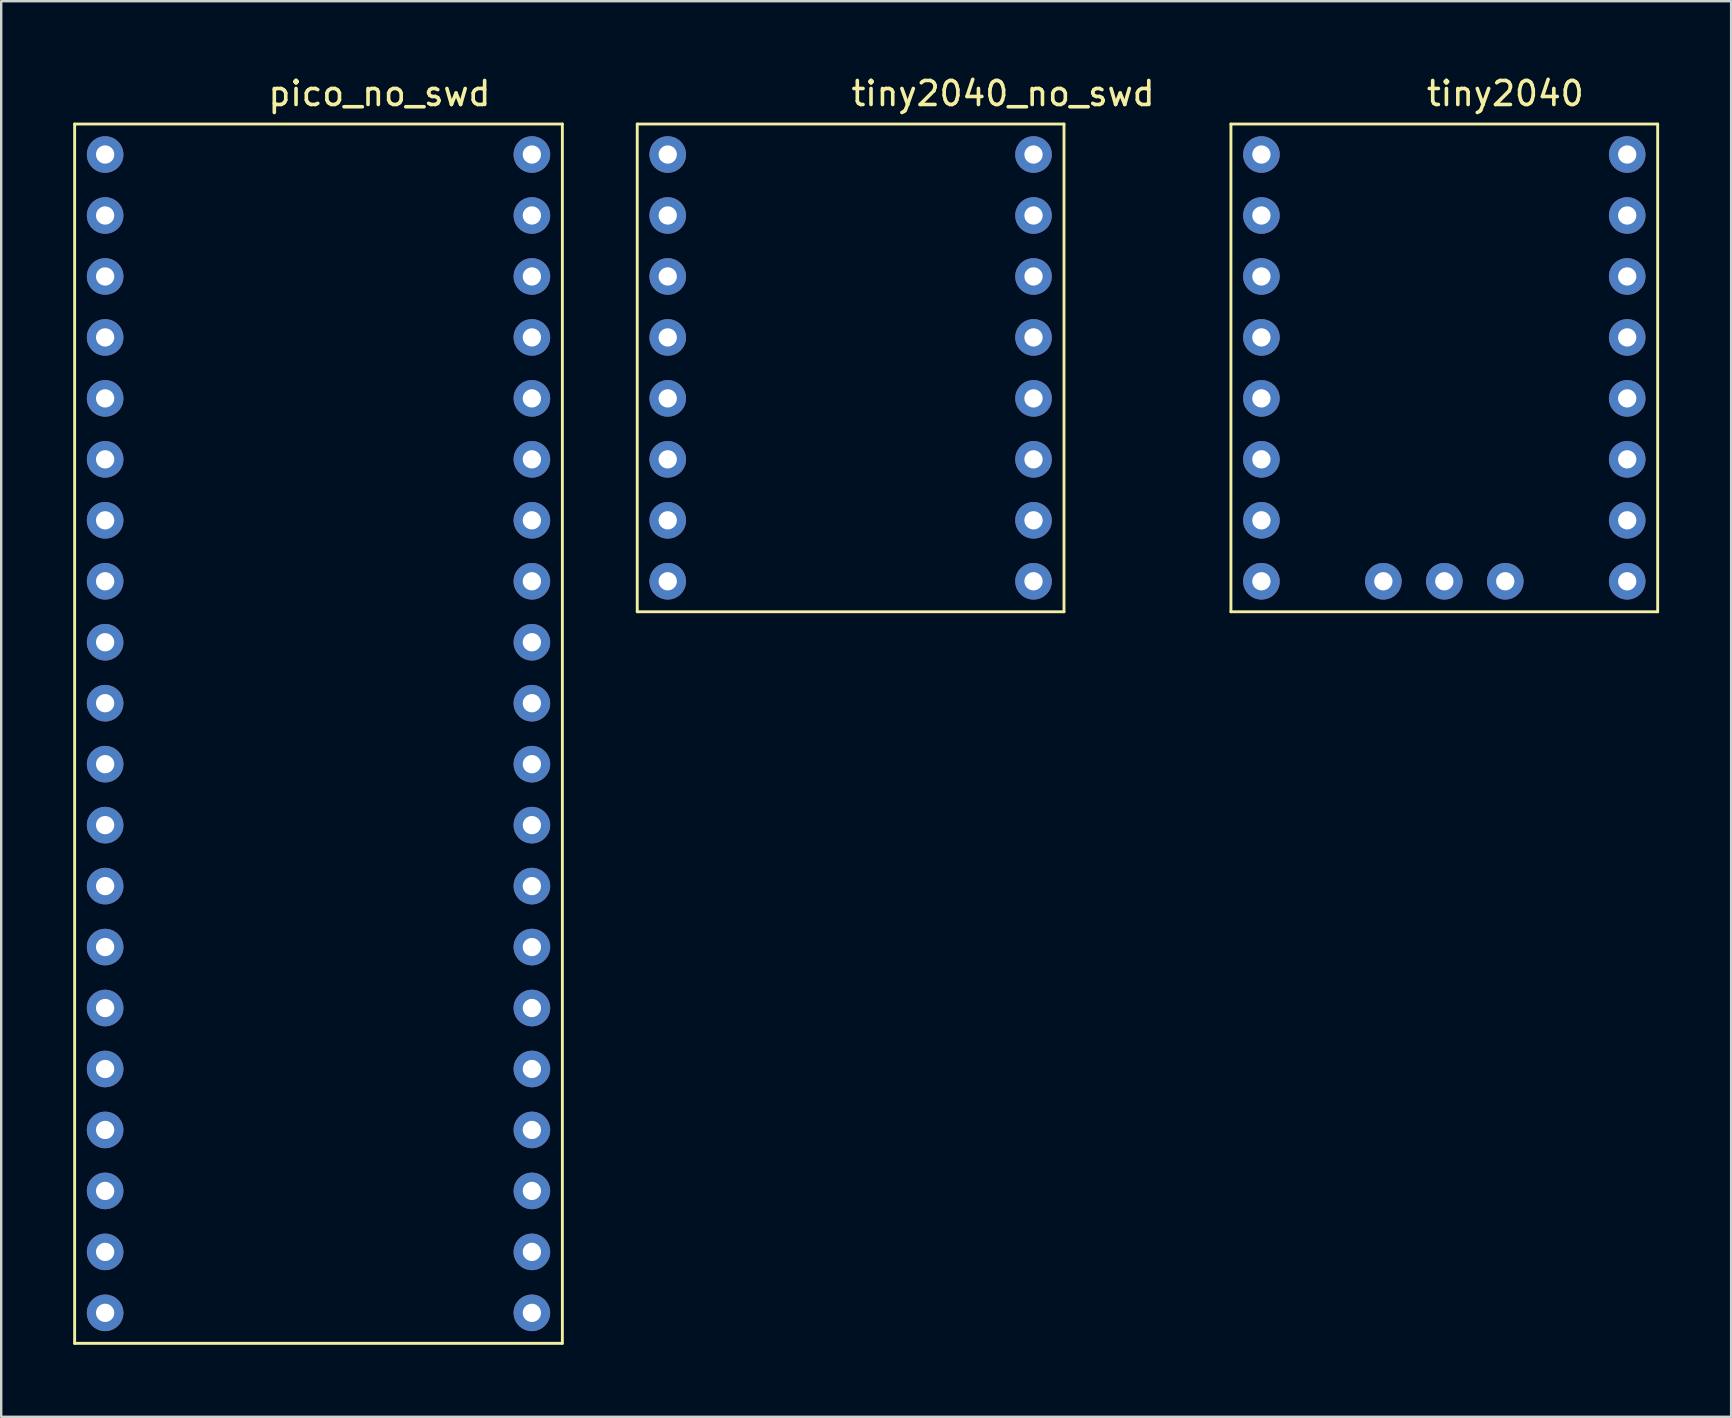
<source format=kicad_pcb>
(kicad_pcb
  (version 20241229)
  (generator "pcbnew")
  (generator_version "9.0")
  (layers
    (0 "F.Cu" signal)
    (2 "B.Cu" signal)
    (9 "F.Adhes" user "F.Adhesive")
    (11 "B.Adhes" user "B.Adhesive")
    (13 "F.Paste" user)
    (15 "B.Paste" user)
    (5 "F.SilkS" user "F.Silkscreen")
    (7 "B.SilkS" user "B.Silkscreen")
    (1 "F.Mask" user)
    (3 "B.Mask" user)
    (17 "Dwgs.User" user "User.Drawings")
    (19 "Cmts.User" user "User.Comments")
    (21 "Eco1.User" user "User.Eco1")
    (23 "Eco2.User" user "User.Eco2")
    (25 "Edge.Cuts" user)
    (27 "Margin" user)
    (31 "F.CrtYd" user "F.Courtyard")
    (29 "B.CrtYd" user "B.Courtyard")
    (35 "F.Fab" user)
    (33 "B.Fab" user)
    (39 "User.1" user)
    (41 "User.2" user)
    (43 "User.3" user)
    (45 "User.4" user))
  (footprint "pico_no_swd"
    (layer "F.Cu")
    (at 10.22 27.518)
    (property "Reference" "pico_no_swd" (at 2.54 -26.67 0) (layer "F.SilkS") (effects (font (size 1 1) (thickness 0.15))))
    (attr through_hole)
    (fp_line (start -10.16 -25.4) (end 10.16 -25.4) (stroke (width 0.12) (type solid)) (layer "F.SilkS"))
    (fp_line (start -10.16 25.4) (end -10.16 -25.4) (stroke (width 0.12) (type solid)) (layer "F.SilkS"))
    (fp_line (start 10.16 -25.4) (end 10.16 25.4) (stroke (width 0.12) (type solid)) (layer "F.SilkS"))
    (fp_line (start 10.16 25.4) (end -10.16 25.4) (stroke (width 0.12) (type solid)) (layer "F.SilkS"))
    (pad "1" thru_hole circle (at -8.89 -24.13) (size 1.524 1.524) (drill 0.762) (layers "*.Cu" "*.Mask"))
    (pad "2" thru_hole circle (at -8.89 -21.59) (size 1.524 1.524) (drill 0.762) (layers "*.Cu" "*.Mask"))
    (pad "3" thru_hole circle (at -8.89 -19.05) (size 1.524 1.524) (drill 0.762) (layers "*.Cu" "*.Mask"))
    (pad "4" thru_hole circle (at -8.89 -16.51) (size 1.524 1.524) (drill 0.762) (layers "*.Cu" "*.Mask"))
    (pad "5" thru_hole circle (at -8.89 -13.97) (size 1.524 1.524) (drill 0.762) (layers "*.Cu" "*.Mask"))
    (pad "6" thru_hole circle (at -8.89 -11.43) (size 1.524 1.524) (drill 0.762) (layers "*.Cu" "*.Mask"))
    (pad "7" thru_hole circle (at -8.89 -8.89) (size 1.524 1.524) (drill 0.762) (layers "*.Cu" "*.Mask"))
    (pad "8" thru_hole circle (at -8.89 -6.35) (size 1.524 1.524) (drill 0.762) (layers "*.Cu" "*.Mask"))
    (pad "9" thru_hole circle (at -8.89 -3.81) (size 1.524 1.524) (drill 0.762) (layers "*.Cu" "*.Mask"))
    (pad "10" thru_hole circle (at -8.89 -1.27) (size 1.524 1.524) (drill 0.762) (layers "*.Cu" "*.Mask"))
    (pad "11" thru_hole circle (at -8.89 1.27) (size 1.524 1.524) (drill 0.762) (layers "*.Cu" "*.Mask"))
    (pad "12" thru_hole circle (at -8.89 3.81) (size 1.524 1.524) (drill 0.762) (layers "*.Cu" "*.Mask"))
    (pad "13" thru_hole circle (at -8.89 6.35) (size 1.524 1.524) (drill 0.762) (layers "*.Cu" "*.Mask"))
    (pad "14" thru_hole circle (at -8.89 8.89) (size 1.524 1.524) (drill 0.762) (layers "*.Cu" "*.Mask"))
    (pad "15" thru_hole circle (at -8.89 11.43) (size 1.524 1.524) (drill 0.762) (layers "*.Cu" "*.Mask"))
    (pad "16" thru_hole circle (at -8.89 13.97) (size 1.524 1.524) (drill 0.762) (layers "*.Cu" "*.Mask"))
    (pad "17" thru_hole circle (at -8.89 16.51) (size 1.524 1.524) (drill 0.762) (layers "*.Cu" "*.Mask"))
    (pad "18" thru_hole circle (at -8.89 19.05) (size 1.524 1.524) (drill 0.762) (layers "*.Cu" "*.Mask"))
    (pad "19" thru_hole circle (at -8.89 21.59) (size 1.524 1.524) (drill 0.762) (layers "*.Cu" "*.Mask"))
    (pad "20" thru_hole circle (at -8.89 24.13) (size 1.524 1.524) (drill 0.762) (layers "*.Cu" "*.Mask"))
    (pad "21" thru_hole circle (at 8.89 24.13) (size 1.524 1.524) (drill 0.762) (layers "*.Cu" "*.Mask"))
    (pad "22" thru_hole circle (at 8.89 21.59) (size 1.524 1.524) (drill 0.762) (layers "*.Cu" "*.Mask"))
    (pad "23" thru_hole circle (at 8.89 19.05) (size 1.524 1.524) (drill 0.762) (layers "*.Cu" "*.Mask"))
    (pad "24" thru_hole circle (at 8.89 16.51) (size 1.524 1.524) (drill 0.762) (layers "*.Cu" "*.Mask"))
    (pad "25" thru_hole circle (at 8.89 13.97) (size 1.524 1.524) (drill 0.762) (layers "*.Cu" "*.Mask"))
    (pad "26" thru_hole circle (at 8.89 11.43) (size 1.524 1.524) (drill 0.762) (layers "*.Cu" "*.Mask"))
    (pad "27" thru_hole circle (at 8.89 8.89) (size 1.524 1.524) (drill 0.762) (layers "*.Cu" "*.Mask"))
    (pad "28" thru_hole circle (at 8.89 6.35) (size 1.524 1.524) (drill 0.762) (layers "*.Cu" "*.Mask"))
    (pad "29" thru_hole circle (at 8.89 3.81) (size 1.524 1.524) (drill 0.762) (layers "*.Cu" "*.Mask"))
    (pad "30" thru_hole circle (at 8.89 1.27) (size 1.524 1.524) (drill 0.762) (layers "*.Cu" "*.Mask"))
    (pad "31" thru_hole circle (at 8.89 -1.27) (size 1.524 1.524) (drill 0.762) (layers "*.Cu" "*.Mask"))
    (pad "32" thru_hole circle (at 8.89 -3.81) (size 1.524 1.524) (drill 0.762) (layers "*.Cu" "*.Mask"))
    (pad "33" thru_hole circle (at 8.89 -6.35) (size 1.524 1.524) (drill 0.762) (layers "*.Cu" "*.Mask"))
    (pad "34" thru_hole circle (at 8.89 -8.89) (size 1.524 1.524) (drill 0.762) (layers "*.Cu" "*.Mask"))
    (pad "35" thru_hole circle (at 8.89 -11.43) (size 1.524 1.524) (drill 0.762) (layers "*.Cu" "*.Mask"))
    (pad "36" thru_hole circle (at 8.89 -13.97) (size 1.524 1.524) (drill 0.762) (layers "*.Cu" "*.Mask"))
    (pad "37" thru_hole circle (at 8.89 -16.51) (size 1.524 1.524) (drill 0.762) (layers "*.Cu" "*.Mask"))
    (pad "38" thru_hole circle (at 8.89 -19.05) (size 1.524 1.524) (drill 0.762) (layers "*.Cu" "*.Mask"))
    (pad "39" thru_hole circle (at 8.89 -21.59) (size 1.524 1.524) (drill 0.762) (layers "*.Cu" "*.Mask"))
    (pad "40" thru_hole circle (at 8.89 -24.13) (size 1.524 1.524) (drill 0.762) (layers "*.Cu" "*.Mask")))
  (footprint "tiny2040"
    (layer "F.Cu")
    (at 57.125 12.278)
    (property "Reference" "tiny2040" (at 2.54 -11.43 0) (layer "F.SilkS") (effects (font (size 1 1) (thickness 0.15))))
    (attr through_hole)
    (fp_line (start -8.89 -10.16) (end 8.89 -10.16) (stroke (width 0.12) (type solid)) (layer "F.SilkS"))
    (fp_line (start -8.89 10.16) (end -8.89 -10.16) (stroke (width 0.12) (type solid)) (layer "F.SilkS"))
    (fp_line (start 8.89 -10.16) (end 8.89 10.16) (stroke (width 0.12) (type solid)) (layer "F.SilkS"))
    (fp_line (start 8.89 10.16) (end -8.89 10.16) (stroke (width 0.12) (type solid)) (layer "F.SilkS"))
    (pad "1" thru_hole circle (at -7.62 -8.89) (size 1.524 1.524) (drill 0.762) (layers "*.Cu" "*.Mask"))
    (pad "2" thru_hole circle (at -7.62 -6.35) (size 1.524 1.524) (drill 0.762) (layers "*.Cu" "*.Mask"))
    (pad "3" thru_hole circle (at -7.62 -3.81) (size 1.524 1.524) (drill 0.762) (layers "*.Cu" "*.Mask"))
    (pad "4" thru_hole circle (at -7.62 -1.27) (size 1.524 1.524) (drill 0.762) (layers "*.Cu" "*.Mask"))
    (pad "5" thru_hole circle (at -7.62 1.27) (size 1.524 1.524) (drill 0.762) (layers "*.Cu" "*.Mask"))
    (pad "6" thru_hole circle (at -7.62 3.81) (size 1.524 1.524) (drill 0.762) (layers "*.Cu" "*.Mask"))
    (pad "7" thru_hole circle (at -7.62 6.35) (size 1.524 1.524) (drill 0.762) (layers "*.Cu" "*.Mask"))
    (pad "8" thru_hole circle (at -7.62 8.89) (size 1.524 1.524) (drill 0.762) (layers "*.Cu" "*.Mask"))
    (pad "9" thru_hole circle (at 7.62 8.89) (size 1.524 1.524) (drill 0.762) (layers "*.Cu" "*.Mask"))
    (pad "10" thru_hole circle (at 7.62 6.35) (size 1.524 1.524) (drill 0.762) (layers "*.Cu" "*.Mask"))
    (pad "11" thru_hole circle (at 7.62 3.81) (size 1.524 1.524) (drill 0.762) (layers "*.Cu" "*.Mask"))
    (pad "12" thru_hole circle (at 7.62 1.27) (size 1.524 1.524) (drill 0.762) (layers "*.Cu" "*.Mask"))
    (pad "13" thru_hole circle (at 7.62 -1.27) (size 1.524 1.524) (drill 0.762) (layers "*.Cu" "*.Mask"))
    (pad "14" thru_hole circle (at 7.62 -3.81) (size 1.524 1.524) (drill 0.762) (layers "*.Cu" "*.Mask"))
    (pad "15" thru_hole circle (at 7.62 -6.35) (size 1.524 1.524) (drill 0.762) (layers "*.Cu" "*.Mask"))
    (pad "16" thru_hole circle (at 7.62 -8.89) (size 1.524 1.524) (drill 0.762) (layers "*.Cu" "*.Mask"))
    (pad "17" thru_hole circle (at -2.54 8.89) (size 1.524 1.524) (drill 0.762) (layers "*.Cu" "*.Mask"))
    (pad "18" thru_hole circle (at 0 8.89) (size 1.524 1.524) (drill 0.762) (layers "*.Cu" "*.Mask"))
    (pad "19" thru_hole circle (at 2.54 8.89) (size 1.524 1.524) (drill 0.762) (layers "*.Cu" "*.Mask")))
  (footprint "tiny2040_no_swd"
    (layer "F.Cu")
    (at 32.39 12.278)
    (property "Reference" "tiny2040_no_swd" (at 6.35 -11.43 0) (layer "F.SilkS") (effects (font (size 1 1) (thickness 0.15))))
    (attr through_hole)
    (fp_line (start -8.89 -10.16) (end 8.89 -10.16) (stroke (width 0.12) (type solid)) (layer "F.SilkS"))
    (fp_line (start -8.89 10.16) (end -8.89 -10.16) (stroke (width 0.12) (type solid)) (layer "F.SilkS"))
    (fp_line (start 8.89 -10.16) (end 8.89 10.16) (stroke (width 0.12) (type solid)) (layer "F.SilkS"))
    (fp_line (start 8.89 10.16) (end -8.89 10.16) (stroke (width 0.12) (type solid)) (layer "F.SilkS"))
    (pad "1" thru_hole circle (at -7.62 -8.89) (size 1.524 1.524) (drill 0.762) (layers "*.Cu" "*.Mask"))
    (pad "2" thru_hole circle (at -7.62 -6.35) (size 1.524 1.524) (drill 0.762) (layers "*.Cu" "*.Mask"))
    (pad "3" thru_hole circle (at -7.62 -3.81) (size 1.524 1.524) (drill 0.762) (layers "*.Cu" "*.Mask"))
    (pad "4" thru_hole circle (at -7.62 -1.27) (size 1.524 1.524) (drill 0.762) (layers "*.Cu" "*.Mask"))
    (pad "5" thru_hole circle (at -7.62 1.27) (size 1.524 1.524) (drill 0.762) (layers "*.Cu" "*.Mask"))
    (pad "6" thru_hole circle (at -7.62 3.81) (size 1.524 1.524) (drill 0.762) (layers "*.Cu" "*.Mask"))
    (pad "7" thru_hole circle (at -7.62 6.35) (size 1.524 1.524) (drill 0.762) (layers "*.Cu" "*.Mask"))
    (pad "8" thru_hole circle (at -7.62 8.89) (size 1.524 1.524) (drill 0.762) (layers "*.Cu" "*.Mask"))
    (pad "9" thru_hole circle (at 7.62 8.89) (size 1.524 1.524) (drill 0.762) (layers "*.Cu" "*.Mask"))
    (pad "10" thru_hole circle (at 7.62 6.35) (size 1.524 1.524) (drill 0.762) (layers "*.Cu" "*.Mask"))
    (pad "11" thru_hole circle (at 7.62 3.81) (size 1.524 1.524) (drill 0.762) (layers "*.Cu" "*.Mask"))
    (pad "12" thru_hole circle (at 7.62 1.27) (size 1.524 1.524) (drill 0.762) (layers "*.Cu" "*.Mask"))
    (pad "13" thru_hole circle (at 7.62 -1.27) (size 1.524 1.524) (drill 0.762) (layers "*.Cu" "*.Mask"))
    (pad "14" thru_hole circle (at 7.62 -3.81) (size 1.524 1.524) (drill 0.762) (layers "*.Cu" "*.Mask"))
    (pad "15" thru_hole circle (at 7.62 -6.35) (size 1.524 1.524) (drill 0.762) (layers "*.Cu" "*.Mask"))
    (pad "16" thru_hole circle (at 7.62 -8.89) (size 1.524 1.524) (drill 0.762) (layers "*.Cu" "*.Mask")))
  (gr_rect
    (start -3 -3)
    (end 69.075 55.978)
    (stroke (width 0.1) (type default))
    (fill no)
    (layer "Edge.Cuts")))
</source>
